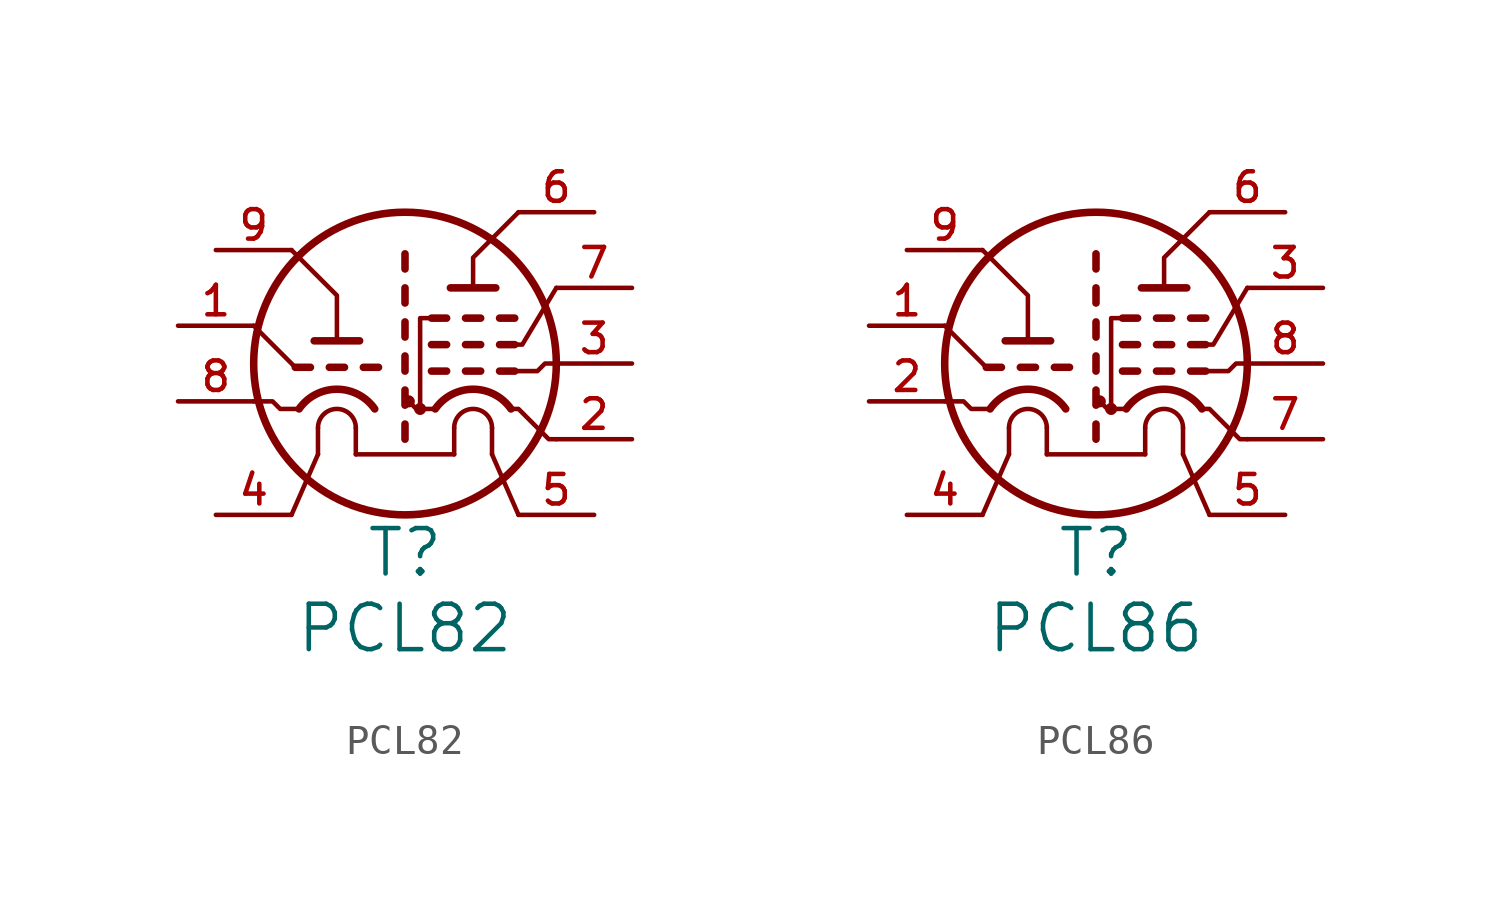
<source format=kicad_sym>
(kicad_symbol_lib
  (version 20220914)
  (generator kicad_symbol_editor)
  (symbol "PCL82"
    (pin_names
      (offset 0.025) hide)
    (property "Reference" "T"
      (at 0 -6.35 0)
      (effects (font (size 1.524 1.524))))
    (property "Value" "PCL82"
      (at 0 -8.89 0)
      (effects (font (size 1.524 1.524))))
    (property "Footprint" ""
      (at 2.286 0.635 0)
      (effects (font (size 1.524 1.524))))
    (property "Datasheet" ""
      (at 0 0 0)
      (effects (font (size 1.524 1.524))))
    (symbol "PCL82_0_1"
      (arc (start -1.651 -2.159) (mid -2.286 -1.5267) (end -2.921 -2.159) (stroke (width 0) (type solid)) (fill (type none)))
      (arc (start -1.016 -1.524) (mid -2.286 -0.8628) (end -3.556 -1.524) (stroke (width 0.254) (type solid)) (fill (type none)))
      (polyline (pts (xy -5.08 1.27) (xy -3.683 -0.127)) (stroke (width 0) (type solid)) (fill (type none)))
      (polyline (pts (xy -3.81 -5.08) (xy -2.921 -3.048)) (stroke (width 0) (type solid)) (fill (type none)))
      (polyline (pts (xy -3.683 -0.127) (xy -3.175 -0.127)) (stroke (width 0.254) (type solid)) (fill (type none)))
      (polyline (pts (xy -3.048 0.762) (xy -1.524 0.762)) (stroke (width 0.254) (type solid)) (fill (type none)))
      (polyline (pts (xy -2.921 -2.159) (xy -2.921 -3.048)) (stroke (width 0) (type solid)) (fill (type none)))
      (polyline (pts (xy -2.54 -0.127) (xy -2.032 -0.127)) (stroke (width 0.254) (type solid)) (fill (type none)))
      (polyline (pts (xy -1.651 -2.159) (xy -1.651 -3.048)) (stroke (width 0) (type solid)) (fill (type none)))
      (polyline (pts (xy -1.397 -0.127) (xy -0.889 -0.127)) (stroke (width 0.254) (type solid)) (fill (type none)))
      (polyline (pts (xy 0 -2.54) (xy 0 -2.032)) (stroke (width 0.254) (type solid)) (fill (type none)))
      (polyline (pts (xy 0 -1.397) (xy 0 -0.889)) (stroke (width 0.254) (type solid)) (fill (type none)))
      (polyline (pts (xy 0 -0.254) (xy 0 0.254)) (stroke (width 0.254) (type solid)) (fill (type none)))
      (polyline (pts (xy 0 0.889) (xy 0 1.397)) (stroke (width 0.254) (type solid)) (fill (type none)))
      (polyline (pts (xy 0 2.032) (xy 0 2.54)) (stroke (width 0.254) (type solid)) (fill (type none)))
      (polyline (pts (xy 0 3.175) (xy 0 3.683)) (stroke (width 0.254) (type solid)) (fill (type none)))
      (polyline (pts (xy 0.889 -0.254) (xy 1.397 -0.254)) (stroke (width 0.254) (type solid)) (fill (type none)))
      (polyline (pts (xy 0.889 0.635) (xy 1.397 0.635)) (stroke (width 0.254) (type solid)) (fill (type none)))
      (polyline (pts (xy 0.889 1.524) (xy 1.397 1.524)) (stroke (width 0.254) (type solid)) (fill (type none)))
      (polyline (pts (xy 1.524 2.54) (xy 3.048 2.54)) (stroke (width 0.254) (type solid)) (fill (type none)))
      (polyline (pts (xy 1.651 -3.048) (xy -1.651 -3.048)) (stroke (width 0) (type solid)) (fill (type none)))
      (polyline (pts (xy 1.651 -2.159) (xy 1.651 -3.048)) (stroke (width 0) (type solid)) (fill (type none)))
      (polyline (pts (xy 2.032 -0.254) (xy 2.54 -0.254)) (stroke (width 0.254) (type solid)) (fill (type none)))
      (polyline (pts (xy 2.032 0.635) (xy 2.54 0.635)) (stroke (width 0.254) (type solid)) (fill (type none)))
      (polyline (pts (xy 2.032 1.524) (xy 2.54 1.524)) (stroke (width 0.254) (type solid)) (fill (type none)))
      (polyline (pts (xy 2.921 -2.159) (xy 2.921 -3.048)) (stroke (width 0) (type solid)) (fill (type none)))
      (polyline (pts (xy 3.175 -0.254) (xy 3.683 -0.254)) (stroke (width 0.254) (type solid)) (fill (type none)))
      (polyline (pts (xy 3.175 0.635) (xy 3.683 0.635)) (stroke (width 0.254) (type solid)) (fill (type none)))
      (polyline (pts (xy 3.175 1.524) (xy 3.683 1.524)) (stroke (width 0.254) (type solid)) (fill (type none)))
      (polyline (pts (xy 3.81 -5.08) (xy 2.921 -3.048)) (stroke (width 0) (type solid)) (fill (type none)))
      (polyline (pts (xy -3.81 3.81) (xy -2.286 2.286) (xy -2.286 0.762)) (stroke (width 0) (type solid)) (fill (type none)))
      (polyline (pts (xy 0.508 -1.524) (xy 0.508 1.524) (xy 0.889 1.524)) (stroke (width 0) (type solid)) (fill (type none)))
      (polyline (pts (xy 1.016 -1.524) (xy 0.381 -1.524) (xy 0 -1.143)) (stroke (width 0) (type solid)) (fill (type none)))
      (polyline (pts (xy 3.683 0.635) (xy 3.937 0.635) (xy 5.08 2.54)) (stroke (width 0) (type solid)) (fill (type none)))
      (polyline (pts (xy 3.81 5.08) (xy 2.286 3.556) (xy 2.286 2.54)) (stroke (width 0) (type solid)) (fill (type none)))
      (polyline (pts (xy -5.08 -1.27) (xy -4.445 -1.27) (xy -4.191 -1.524) (xy -3.556 -1.524)) (stroke (width 0) (type solid)) (fill (type none)))
      (polyline (pts (xy 3.556 -1.524) (xy 3.81 -1.524) (xy 4.826 -2.54) (xy 5.08 -2.54)) (stroke (width 0) (type solid)) (fill (type none)))
      (polyline (pts (xy 3.683 -0.254) (xy 4.445 -0.254) (xy 4.699 0) (xy 5.08 0)) (stroke (width 0) (type solid)) (fill (type none)))
      (circle (center 0 0) (radius 5.08) (stroke (width 0.254) (type solid)) (fill (type none)))
      (circle (center 0.127 -1.27) (radius 0.127) (stroke (width 0) (type solid)) (fill (type none)))
      (circle (center 0.508 -1.524) (radius 0.127) (stroke (width 0) (type solid)) (fill (type none)))
      (arc (start 2.921 -2.159) (mid 2.286 -1.5267) (end 1.651 -2.159) (stroke (width 0) (type solid)) (fill (type none)))
      (arc (start 3.556 -1.524) (mid 2.286 -0.8628) (end 1.016 -1.524) (stroke (width 0.254) (type solid)) (fill (type none))))
    (symbol "PCL82_1_1"
      (pin input line (at -7.62 1.27 0) (length 2.54) (name "gT" (effects (font (size 0.762 0.762)))) (number "1" (effects (font (size 0.991 0.991)))))
      (pin input line (at 7.62 -2.54 180) (length 2.54) (name "kP,g3,s" (effects (font (size 0.762 0.762)))) (number "2" (effects (font (size 0.991 0.991)))))
      (pin input line (at 7.62 0 180) (length 2.54) (name "g1" (effects (font (size 0.762 0.762)))) (number "3" (effects (font (size 0.991 0.991)))))
      (pin input line (at -6.35 -5.08 0) (length 2.54) (name "f" (effects (font (size 0.762 0.762)))) (number "4" (effects (font (size 0.991 0.991)))))
      (pin input line (at 6.35 -5.08 180) (length 2.54) (name "f" (effects (font (size 0.762 0.762)))) (number "5" (effects (font (size 0.991 0.991)))))
      (pin input line (at 6.35 5.08 180) (length 2.54) (name "aP" (effects (font (size 0.762 0.762)))) (number "6" (effects (font (size 0.991 0.991)))))
      (pin input line (at 7.62 2.54 180) (length 2.54) (name "g2" (effects (font (size 0.762 0.762)))) (number "7" (effects (font (size 0.991 0.991)))))
      (pin input line (at -7.62 -1.27 0) (length 2.54) (name "kT" (effects (font (size 0.762 0.762)))) (number "8" (effects (font (size 0.991 0.991)))))
      (pin input line (at -6.35 3.81 0) (length 2.54) (name "aT" (effects (font (size 0.762 0.762)))) (number "9" (effects (font (size 0.991 0.991)))))))
  (symbol "PCL86"
    (pin_names
      (offset 0.025) hide)
    (property "Reference" "T"
      (at 0 -6.35 0)
      (effects (font (size 1.524 1.524))))
    (property "Value" "PCL86"
      (at 0 -8.89 0)
      (effects (font (size 1.524 1.524))))
    (property "Footprint" ""
      (at 2.286 0.635 0)
      (effects (font (size 1.524 1.524))))
    (property "Datasheet" ""
      (at 0 0 0)
      (effects (font (size 1.524 1.524))))
    (symbol "PCL86_0_1"
      (arc (start -1.651 -2.159) (mid -2.286 -1.5267) (end -2.921 -2.159) (stroke (width 0) (type solid)) (fill (type none)))
      (arc (start -1.016 -1.524) (mid -2.286 -0.8628) (end -3.556 -1.524) (stroke (width 0.254) (type solid)) (fill (type none)))
      (polyline (pts (xy -5.08 1.27) (xy -3.683 -0.127)) (stroke (width 0) (type solid)) (fill (type none)))
      (polyline (pts (xy -3.81 -5.08) (xy -2.921 -3.048)) (stroke (width 0) (type solid)) (fill (type none)))
      (polyline (pts (xy -3.683 -0.127) (xy -3.175 -0.127)) (stroke (width 0.254) (type solid)) (fill (type none)))
      (polyline (pts (xy -3.048 0.762) (xy -1.524 0.762)) (stroke (width 0.254) (type solid)) (fill (type none)))
      (polyline (pts (xy -2.921 -2.159) (xy -2.921 -3.048)) (stroke (width 0) (type solid)) (fill (type none)))
      (polyline (pts (xy -2.54 -0.127) (xy -2.032 -0.127)) (stroke (width 0.254) (type solid)) (fill (type none)))
      (polyline (pts (xy -1.651 -2.159) (xy -1.651 -3.048)) (stroke (width 0) (type solid)) (fill (type none)))
      (polyline (pts (xy -1.397 -0.127) (xy -0.889 -0.127)) (stroke (width 0.254) (type solid)) (fill (type none)))
      (polyline (pts (xy 0 -2.54) (xy 0 -2.032)) (stroke (width 0.254) (type solid)) (fill (type none)))
      (polyline (pts (xy 0 -1.397) (xy 0 -0.889)) (stroke (width 0.254) (type solid)) (fill (type none)))
      (polyline (pts (xy 0 -0.254) (xy 0 0.254)) (stroke (width 0.254) (type solid)) (fill (type none)))
      (polyline (pts (xy 0 0.889) (xy 0 1.397)) (stroke (width 0.254) (type solid)) (fill (type none)))
      (polyline (pts (xy 0 2.032) (xy 0 2.54)) (stroke (width 0.254) (type solid)) (fill (type none)))
      (polyline (pts (xy 0 3.175) (xy 0 3.683)) (stroke (width 0.254) (type solid)) (fill (type none)))
      (polyline (pts (xy 0.889 -0.254) (xy 1.397 -0.254)) (stroke (width 0.254) (type solid)) (fill (type none)))
      (polyline (pts (xy 0.889 0.635) (xy 1.397 0.635)) (stroke (width 0.254) (type solid)) (fill (type none)))
      (polyline (pts (xy 0.889 1.524) (xy 1.397 1.524)) (stroke (width 0.254) (type solid)) (fill (type none)))
      (polyline (pts (xy 1.524 2.54) (xy 3.048 2.54)) (stroke (width 0.254) (type solid)) (fill (type none)))
      (polyline (pts (xy 1.651 -3.048) (xy -1.651 -3.048)) (stroke (width 0) (type solid)) (fill (type none)))
      (polyline (pts (xy 1.651 -2.159) (xy 1.651 -3.048)) (stroke (width 0) (type solid)) (fill (type none)))
      (polyline (pts (xy 2.032 -0.254) (xy 2.54 -0.254)) (stroke (width 0.254) (type solid)) (fill (type none)))
      (polyline (pts (xy 2.032 0.635) (xy 2.54 0.635)) (stroke (width 0.254) (type solid)) (fill (type none)))
      (polyline (pts (xy 2.032 1.524) (xy 2.54 1.524)) (stroke (width 0.254) (type solid)) (fill (type none)))
      (polyline (pts (xy 2.921 -2.159) (xy 2.921 -3.048)) (stroke (width 0) (type solid)) (fill (type none)))
      (polyline (pts (xy 3.175 -0.254) (xy 3.683 -0.254)) (stroke (width 0.254) (type solid)) (fill (type none)))
      (polyline (pts (xy 3.175 0.635) (xy 3.683 0.635)) (stroke (width 0.254) (type solid)) (fill (type none)))
      (polyline (pts (xy 3.175 1.524) (xy 3.683 1.524)) (stroke (width 0.254) (type solid)) (fill (type none)))
      (polyline (pts (xy 3.81 -5.08) (xy 2.921 -3.048)) (stroke (width 0) (type solid)) (fill (type none)))
      (polyline (pts (xy -3.81 3.81) (xy -2.286 2.286) (xy -2.286 0.762)) (stroke (width 0) (type solid)) (fill (type none)))
      (polyline (pts (xy 0.508 -1.524) (xy 0.508 1.524) (xy 0.889 1.524)) (stroke (width 0) (type solid)) (fill (type none)))
      (polyline (pts (xy 1.016 -1.524) (xy 0.381 -1.524) (xy 0 -1.143)) (stroke (width 0) (type solid)) (fill (type none)))
      (polyline (pts (xy 3.683 0.635) (xy 3.937 0.635) (xy 5.08 2.54)) (stroke (width 0) (type solid)) (fill (type none)))
      (polyline (pts (xy 3.81 5.08) (xy 2.286 3.556) (xy 2.286 2.54)) (stroke (width 0) (type solid)) (fill (type none)))
      (polyline (pts (xy -5.08 -1.27) (xy -4.445 -1.27) (xy -4.191 -1.524) (xy -3.556 -1.524)) (stroke (width 0) (type solid)) (fill (type none)))
      (polyline (pts (xy 3.556 -1.524) (xy 3.81 -1.524) (xy 4.826 -2.54) (xy 5.08 -2.54)) (stroke (width 0) (type solid)) (fill (type none)))
      (polyline (pts (xy 3.683 -0.254) (xy 4.445 -0.254) (xy 4.699 0) (xy 5.08 0)) (stroke (width 0) (type solid)) (fill (type none)))
      (circle (center 0 0) (radius 5.08) (stroke (width 0.254) (type solid)) (fill (type none)))
      (circle (center 0.127 -1.27) (radius 0.127) (stroke (width 0) (type solid)) (fill (type none)))
      (circle (center 0.508 -1.524) (radius 0.127) (stroke (width 0) (type solid)) (fill (type none)))
      (arc (start 2.921 -2.159) (mid 2.286 -1.5267) (end 1.651 -2.159) (stroke (width 0) (type solid)) (fill (type none)))
      (arc (start 3.556 -1.524) (mid 2.286 -0.8628) (end 1.016 -1.524) (stroke (width 0.254) (type solid)) (fill (type none))))
    (symbol "PCL86_1_1"
      (pin input line (at -7.62 1.27 0) (length 2.54) (name "gT" (effects (font (size 0.762 0.762)))) (number "1" (effects (font (size 0.991 0.991)))))
      (pin input line (at -7.62 -1.27 0) (length 2.54) (name "kT" (effects (font (size 0.762 0.762)))) (number "2" (effects (font (size 0.991 0.991)))))
      (pin input line (at 7.62 2.54 180) (length 2.54) (name "g2" (effects (font (size 0.762 0.762)))) (number "3" (effects (font (size 0.991 0.991)))))
      (pin input line (at -6.35 -5.08 0) (length 2.54) (name "f" (effects (font (size 0.762 0.762)))) (number "4" (effects (font (size 0.991 0.991)))))
      (pin input line (at 6.35 -5.08 180) (length 2.54) (name "f" (effects (font (size 0.762 0.762)))) (number "5" (effects (font (size 0.991 0.991)))))
      (pin input line (at 6.35 5.08 180) (length 2.54) (name "aP" (effects (font (size 0.762 0.762)))) (number "6" (effects (font (size 0.991 0.991)))))
      (pin input line (at 7.62 -2.54 180) (length 2.54) (name "kP,g3,s" (effects (font (size 0.762 0.762)))) (number "7" (effects (font (size 0.991 0.991)))))
      (pin input line (at 7.62 0 180) (length 2.54) (name "g1" (effects (font (size 0.762 0.762)))) (number "8" (effects (font (size 0.991 0.991)))))
      (pin input line (at -6.35 3.81 0) (length 2.54) (name "aT" (effects (font (size 0.762 0.762)))) (number "9" (effects (font (size 0.991 0.991))))))))
</source>
